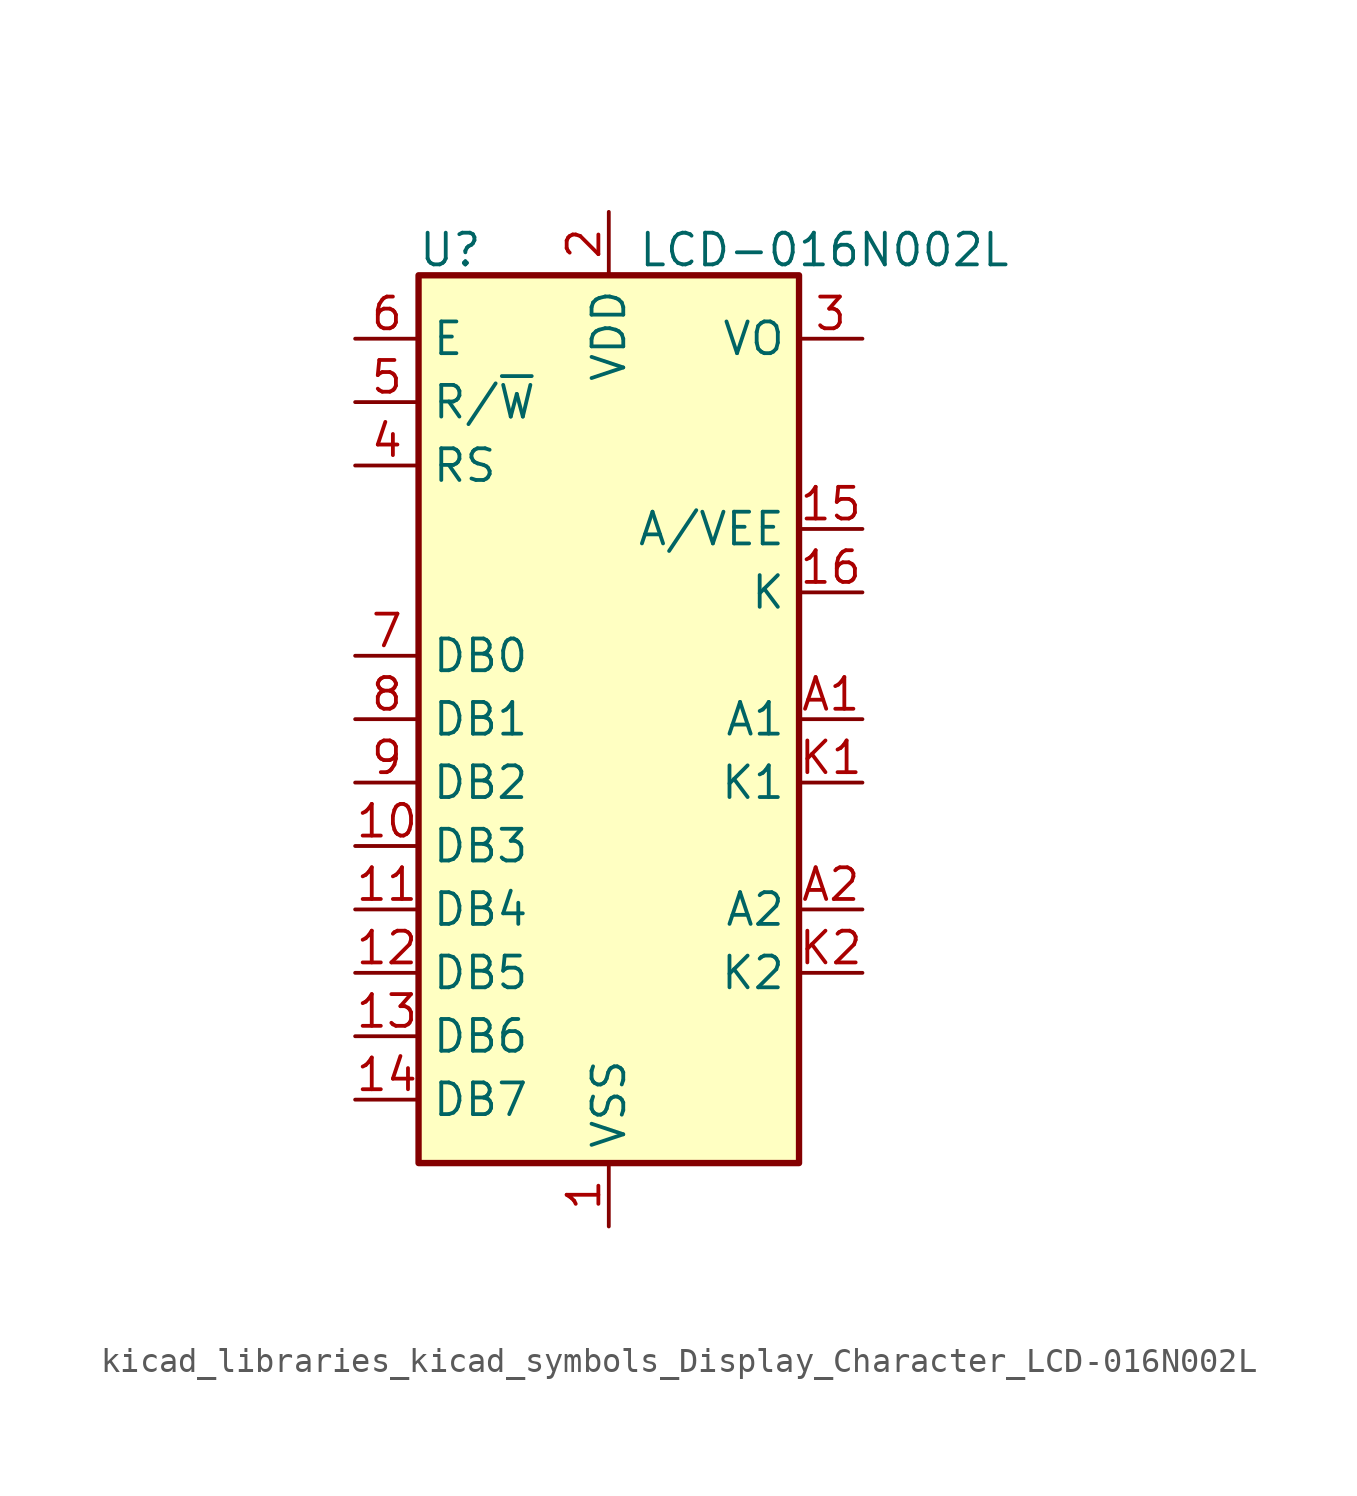
<source format=kicad_sym>
(kicad_symbol_lib
  (version 20220914)
  (generator kicad_symbol_editor)
  (symbol "kicad_libraries_kicad_symbols_Display_Character_LCD-016N002L"
    (property "Reference" "U"
      (at -6.35 18.796 0)
      (effects (font (size 1.27 1.27))))
    (property "Value" "LCD-016N002L"
      (at 8.636 18.796 0)
      (effects (font (size 1.27 1.27))))
    (symbol "kicad_libraries_kicad_symbols_Display_Character_LCD-016N002L_1_1"
      (rectangle (start -7.62 17.78) (end 7.62 -17.78) (stroke (width 0.254) (type default)) (fill (type background)))
      (pin power_in line (at 0 -20.32 90) (length 2.54) (name "VSS" (effects (font (size 1.27 1.27)))) (number "1" (effects (font (size 1.27 1.27)))))
      (pin bidirectional line (at -10.16 -5.08 0) (length 2.54) (name "DB3" (effects (font (size 1.27 1.27)))) (number "10" (effects (font (size 1.27 1.27)))))
      (pin bidirectional line (at -10.16 -7.62 0) (length 2.54) (name "DB4" (effects (font (size 1.27 1.27)))) (number "11" (effects (font (size 1.27 1.27)))))
      (pin bidirectional line (at -10.16 -10.16 0) (length 2.54) (name "DB5" (effects (font (size 1.27 1.27)))) (number "12" (effects (font (size 1.27 1.27)))))
      (pin bidirectional line (at -10.16 -12.7 0) (length 2.54) (name "DB6" (effects (font (size 1.27 1.27)))) (number "13" (effects (font (size 1.27 1.27)))))
      (pin bidirectional line (at -10.16 -15.24 0) (length 2.54) (name "DB7" (effects (font (size 1.27 1.27)))) (number "14" (effects (font (size 1.27 1.27)))))
      (pin power_in line (at 10.16 7.62 180) (length 2.54) (name "A/VEE" (effects (font (size 1.27 1.27)))) (number "15" (effects (font (size 1.27 1.27)))))
      (pin power_in line (at 10.16 5.08 180) (length 2.54) (name "K" (effects (font (size 1.27 1.27)))) (number "16" (effects (font (size 1.27 1.27)))))
      (pin power_in line (at 0 20.32 270) (length 2.54) (name "VDD" (effects (font (size 1.27 1.27)))) (number "2" (effects (font (size 1.27 1.27)))))
      (pin input line (at 10.16 15.24 180) (length 2.54) (name "VO" (effects (font (size 1.27 1.27)))) (number "3" (effects (font (size 1.27 1.27)))))
      (pin input line (at -10.16 10.16 0) (length 2.54) (name "RS" (effects (font (size 1.27 1.27)))) (number "4" (effects (font (size 1.27 1.27)))))
      (pin input line (at -10.16 12.7 0) (length 2.54) (name "R/~{W}" (effects (font (size 1.27 1.27)))) (number "5" (effects (font (size 1.27 1.27)))))
      (pin input line (at -10.16 15.24 0) (length 2.54) (name "E" (effects (font (size 1.27 1.27)))) (number "6" (effects (font (size 1.27 1.27)))))
      (pin bidirectional line (at -10.16 2.54 0) (length 2.54) (name "DB0" (effects (font (size 1.27 1.27)))) (number "7" (effects (font (size 1.27 1.27)))))
      (pin bidirectional line (at -10.16 0 0) (length 2.54) (name "DB1" (effects (font (size 1.27 1.27)))) (number "8" (effects (font (size 1.27 1.27)))))
      (pin bidirectional line (at -10.16 -2.54 0) (length 2.54) (name "DB2" (effects (font (size 1.27 1.27)))) (number "9" (effects (font (size 1.27 1.27)))))
      (pin power_in line (at 10.16 0 180) (length 2.54) (name "A1" (effects (font (size 1.27 1.27)))) (number "A1" (effects (font (size 1.27 1.27)))))
      (pin power_in line (at 10.16 -7.62 180) (length 2.54) (name "A2" (effects (font (size 1.27 1.27)))) (number "A2" (effects (font (size 1.27 1.27)))))
      (pin power_in line (at 10.16 -2.54 180) (length 2.54) (name "K1" (effects (font (size 1.27 1.27)))) (number "K1" (effects (font (size 1.27 1.27)))))
      (pin power_in line (at 10.16 -10.16 180) (length 2.54) (name "K2" (effects (font (size 1.27 1.27)))) (number "K2" (effects (font (size 1.27 1.27))))))))
</source>
